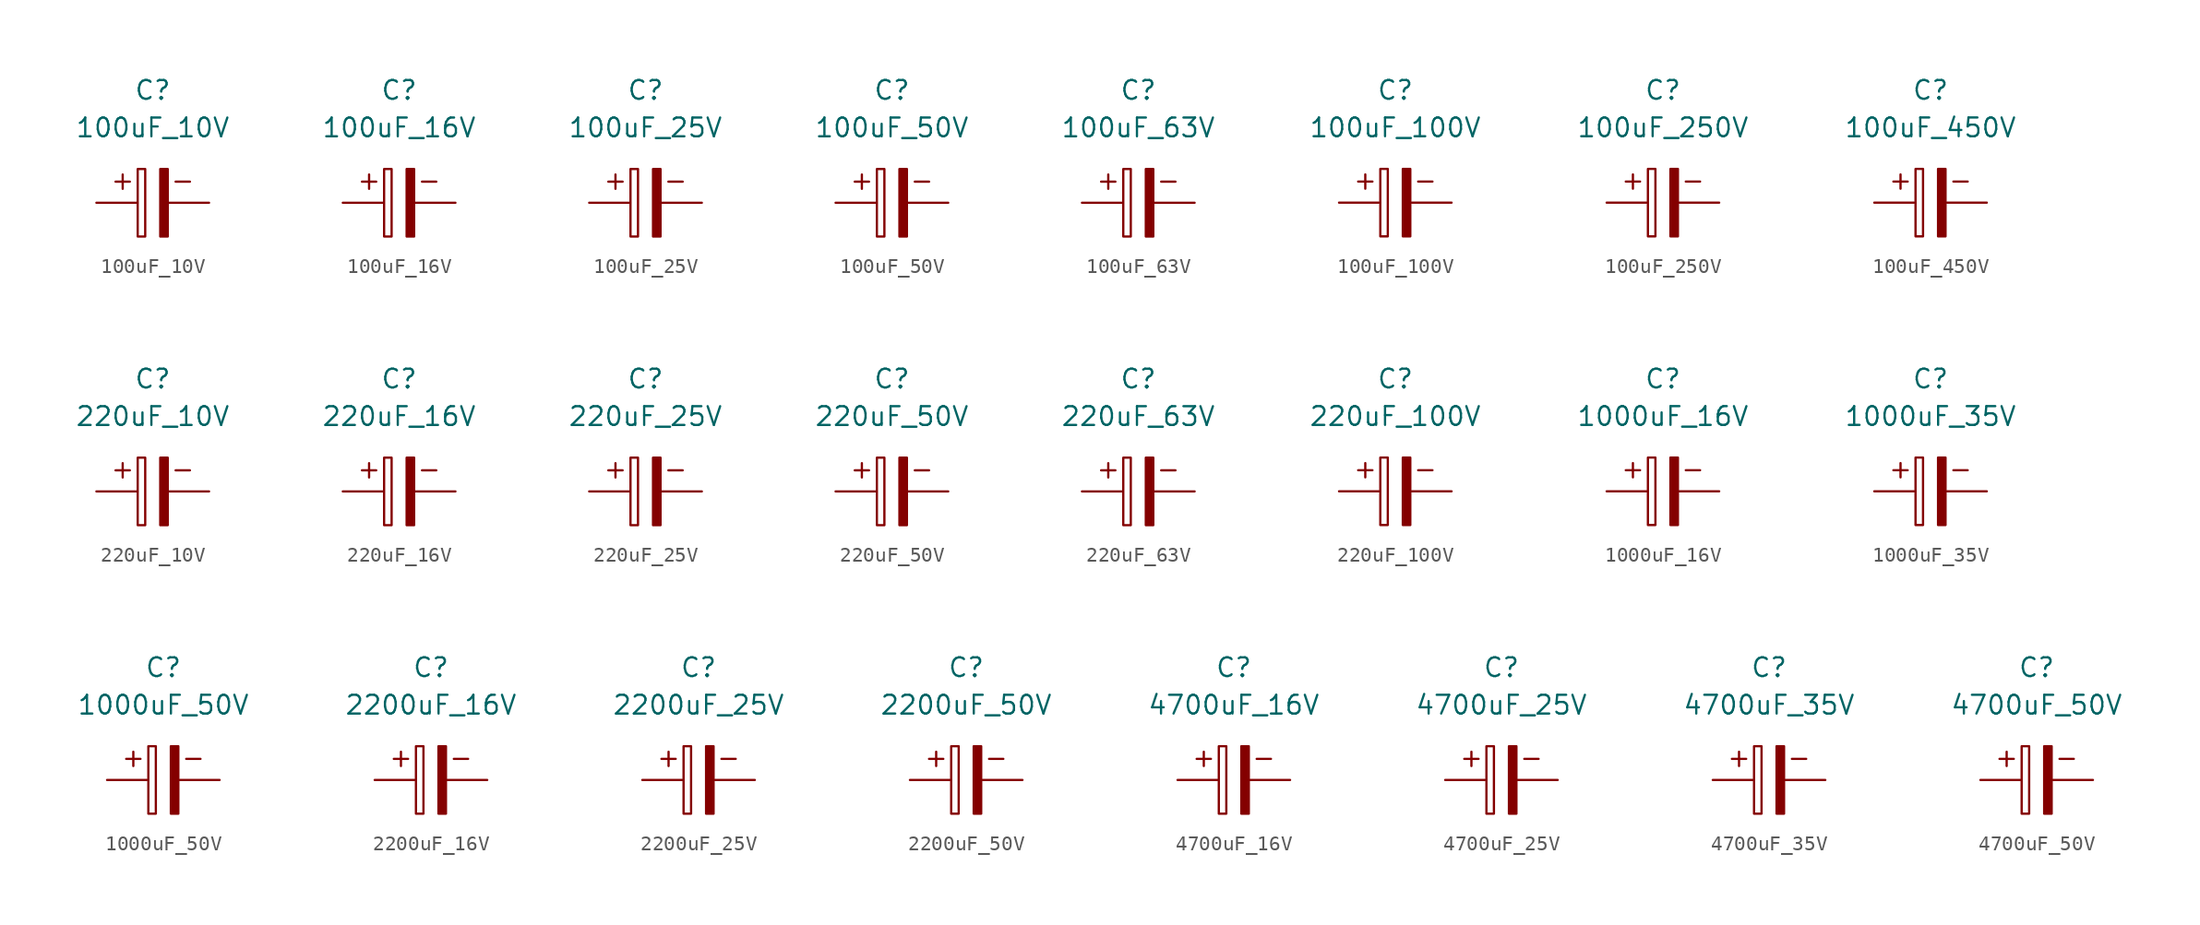
<source format=kicad_sym>
(kicad_symbol_lib
  (version 20211014)
  (generator kicad_symbol_editor)
  (symbol "100uF_10V"
    (property "Reference" "C"
      (at 0 7.62 0)
      (effects (font (size 1.27 1.27))))
    (property "Value" "100uF_10V"
      (at 0 5.08 0)
      (effects (font (size 1.27 1.27))))
    (symbol "100uF_10V_0_0"
      (text "+" (at -2.032 1.524 0) (effects (font (size 1.27 1.27))))
      (text "-" (at 2.032 1.524 0) (effects (font (size 1.27 1.27)))))
    (symbol "100uF_10V_0_1"
      (rectangle (start -1.016 -2.286) (end -0.508 2.286) (stroke (width 0) (type default) (color 0 0 0 0)) (fill (type none)))
      (rectangle (start 0.508 -2.286) (end 1.016 2.286) (stroke (width 0) (type default) (color 0 0 0 0)) (fill (type outline))))
    (symbol "100uF_10V_1_1"
      (pin passive line (at -3.81 0 0) (length 2.7) (name "~" (effects (font (size 0 0)))) (number "1" (effects (font (size 0 0)))))
      (pin input line (at 3.81 0 180) (length 2.7) (name "~" (effects (font (size 0 0)))) (number "2" (effects (font (size 0 0)))))))
  (symbol "100uF_16V"
    (property "Reference" "C"
      (at 0 7.62 0)
      (effects (font (size 1.27 1.27))))
    (property "Value" "100uF_16V"
      (at 0 5.08 0)
      (effects (font (size 1.27 1.27))))
    (symbol "100uF_16V_0_0"
      (text "+" (at -2.032 1.524 0) (effects (font (size 1.27 1.27))))
      (text "-" (at 2.032 1.524 0) (effects (font (size 1.27 1.27)))))
    (symbol "100uF_16V_0_1"
      (rectangle (start -1.016 -2.286) (end -0.508 2.286) (stroke (width 0) (type default) (color 0 0 0 0)) (fill (type none)))
      (rectangle (start 0.508 -2.286) (end 1.016 2.286) (stroke (width 0) (type default) (color 0 0 0 0)) (fill (type outline))))
    (symbol "100uF_16V_1_1"
      (pin passive line (at -3.81 0 0) (length 2.7) (name "~" (effects (font (size 0 0)))) (number "1" (effects (font (size 0 0)))))
      (pin input line (at 3.81 0 180) (length 2.7) (name "~" (effects (font (size 0 0)))) (number "2" (effects (font (size 0 0)))))))
  (symbol "100uF_25V"
    (property "Reference" "C"
      (at 0 7.62 0)
      (effects (font (size 1.27 1.27))))
    (property "Value" "100uF_25V"
      (at 0 5.08 0)
      (effects (font (size 1.27 1.27))))
    (symbol "100uF_25V_0_0"
      (text "+" (at -2.032 1.524 0) (effects (font (size 1.27 1.27))))
      (text "-" (at 2.032 1.524 0) (effects (font (size 1.27 1.27)))))
    (symbol "100uF_25V_0_1"
      (rectangle (start -1.016 -2.286) (end -0.508 2.286) (stroke (width 0) (type default) (color 0 0 0 0)) (fill (type none)))
      (rectangle (start 0.508 -2.286) (end 1.016 2.286) (stroke (width 0) (type default) (color 0 0 0 0)) (fill (type outline))))
    (symbol "100uF_25V_1_1"
      (pin passive line (at -3.81 0 0) (length 2.7) (name "~" (effects (font (size 0 0)))) (number "1" (effects (font (size 0 0)))))
      (pin input line (at 3.81 0 180) (length 2.7) (name "~" (effects (font (size 0 0)))) (number "2" (effects (font (size 0 0)))))))
  (symbol "100uF_50V"
    (property "Reference" "C"
      (at 0 7.62 0)
      (effects (font (size 1.27 1.27))))
    (property "Value" "100uF_50V"
      (at 0 5.08 0)
      (effects (font (size 1.27 1.27))))
    (symbol "100uF_50V_0_0"
      (text "+" (at -2.032 1.524 0) (effects (font (size 1.27 1.27))))
      (text "-" (at 2.032 1.524 0) (effects (font (size 1.27 1.27)))))
    (symbol "100uF_50V_0_1"
      (rectangle (start -1.016 -2.286) (end -0.508 2.286) (stroke (width 0) (type default) (color 0 0 0 0)) (fill (type none)))
      (rectangle (start 0.508 -2.286) (end 1.016 2.286) (stroke (width 0) (type default) (color 0 0 0 0)) (fill (type outline))))
    (symbol "100uF_50V_1_1"
      (pin passive line (at -3.81 0 0) (length 2.7) (name "~" (effects (font (size 0 0)))) (number "1" (effects (font (size 0 0)))))
      (pin input line (at 3.81 0 180) (length 2.7) (name "~" (effects (font (size 0 0)))) (number "2" (effects (font (size 0 0)))))))
  (symbol "100uF_63V"
    (property "Reference" "C"
      (at 0 7.62 0)
      (effects (font (size 1.27 1.27))))
    (property "Value" "100uF_63V"
      (at 0 5.08 0)
      (effects (font (size 1.27 1.27))))
    (symbol "100uF_63V_0_0"
      (text "+" (at -2.032 1.524 0) (effects (font (size 1.27 1.27))))
      (text "-" (at 2.032 1.524 0) (effects (font (size 1.27 1.27)))))
    (symbol "100uF_63V_0_1"
      (rectangle (start -1.016 -2.286) (end -0.508 2.286) (stroke (width 0) (type default) (color 0 0 0 0)) (fill (type none)))
      (rectangle (start 0.508 -2.286) (end 1.016 2.286) (stroke (width 0) (type default) (color 0 0 0 0)) (fill (type outline))))
    (symbol "100uF_63V_1_1"
      (pin passive line (at -3.81 0 0) (length 2.7) (name "~" (effects (font (size 0 0)))) (number "1" (effects (font (size 0 0)))))
      (pin input line (at 3.81 0 180) (length 2.7) (name "~" (effects (font (size 0 0)))) (number "2" (effects (font (size 0 0)))))))
  (symbol "100uF_100V"
    (property "Reference" "C"
      (at 0 7.62 0)
      (effects (font (size 1.27 1.27))))
    (property "Value" "100uF_100V"
      (at 0 5.08 0)
      (effects (font (size 1.27 1.27))))
    (symbol "100uF_100V_0_0"
      (text "+" (at -2.032 1.524 0) (effects (font (size 1.27 1.27))))
      (text "-" (at 2.032 1.524 0) (effects (font (size 1.27 1.27)))))
    (symbol "100uF_100V_0_1"
      (rectangle (start -1.016 -2.286) (end -0.508 2.286) (stroke (width 0) (type default) (color 0 0 0 0)) (fill (type none)))
      (rectangle (start 0.508 -2.286) (end 1.016 2.286) (stroke (width 0) (type default) (color 0 0 0 0)) (fill (type outline))))
    (symbol "100uF_100V_1_1"
      (pin passive line (at -3.81 0 0) (length 2.7) (name "~" (effects (font (size 0 0)))) (number "1" (effects (font (size 0 0)))))
      (pin input line (at 3.81 0 180) (length 2.7) (name "~" (effects (font (size 0 0)))) (number "2" (effects (font (size 0 0)))))))
  (symbol "100uF_250V"
    (property "Reference" "C"
      (at 0 7.62 0)
      (effects (font (size 1.27 1.27))))
    (property "Value" "100uF_250V"
      (at 0 5.08 0)
      (effects (font (size 1.27 1.27))))
    (symbol "100uF_250V_0_0"
      (text "+" (at -2.032 1.524 0) (effects (font (size 1.27 1.27))))
      (text "-" (at 2.032 1.524 0) (effects (font (size 1.27 1.27)))))
    (symbol "100uF_250V_0_1"
      (rectangle (start -1.016 -2.286) (end -0.508 2.286) (stroke (width 0) (type default) (color 0 0 0 0)) (fill (type none)))
      (rectangle (start 0.508 -2.286) (end 1.016 2.286) (stroke (width 0) (type default) (color 0 0 0 0)) (fill (type outline))))
    (symbol "100uF_250V_1_1"
      (pin passive line (at -3.81 0 0) (length 2.7) (name "~" (effects (font (size 0 0)))) (number "1" (effects (font (size 0 0)))))
      (pin input line (at 3.81 0 180) (length 2.7) (name "~" (effects (font (size 0 0)))) (number "2" (effects (font (size 0 0)))))))
  (symbol "100uF_450V"
    (property "Reference" "C"
      (at 0 7.62 0)
      (effects (font (size 1.27 1.27))))
    (property "Value" "100uF_450V"
      (at 0 5.08 0)
      (effects (font (size 1.27 1.27))))
    (symbol "100uF_450V_0_0"
      (text "+" (at -2.032 1.524 0) (effects (font (size 1.27 1.27))))
      (text "-" (at 2.032 1.524 0) (effects (font (size 1.27 1.27)))))
    (symbol "100uF_450V_0_1"
      (rectangle (start -1.016 -2.286) (end -0.508 2.286) (stroke (width 0) (type default) (color 0 0 0 0)) (fill (type none)))
      (rectangle (start 0.508 -2.286) (end 1.016 2.286) (stroke (width 0) (type default) (color 0 0 0 0)) (fill (type outline))))
    (symbol "100uF_450V_1_1"
      (pin passive line (at -3.81 0 0) (length 2.7) (name "~" (effects (font (size 0 0)))) (number "1" (effects (font (size 0 0)))))
      (pin input line (at 3.81 0 180) (length 2.7) (name "~" (effects (font (size 0 0)))) (number "2" (effects (font (size 0 0)))))))
  (symbol "220uF_10V"
    (property "Reference" "C"
      (at 0 7.62 0)
      (effects (font (size 1.27 1.27))))
    (property "Value" "220uF_10V"
      (at 0 5.08 0)
      (effects (font (size 1.27 1.27))))
    (symbol "220uF_10V_0_0"
      (text "+" (at -2.032 1.524 0) (effects (font (size 1.27 1.27))))
      (text "-" (at 2.032 1.524 0) (effects (font (size 1.27 1.27)))))
    (symbol "220uF_10V_0_1"
      (rectangle (start -1.016 -2.286) (end -0.508 2.286) (stroke (width 0) (type default) (color 0 0 0 0)) (fill (type none)))
      (rectangle (start 0.508 -2.286) (end 1.016 2.286) (stroke (width 0) (type default) (color 0 0 0 0)) (fill (type outline))))
    (symbol "220uF_10V_1_1"
      (pin passive line (at -3.81 0 0) (length 2.7) (name "~" (effects (font (size 0 0)))) (number "1" (effects (font (size 0 0)))))
      (pin input line (at 3.81 0 180) (length 2.7) (name "~" (effects (font (size 0 0)))) (number "2" (effects (font (size 0 0)))))))
  (symbol "220uF_16V"
    (property "Reference" "C"
      (at 0 7.62 0)
      (effects (font (size 1.27 1.27))))
    (property "Value" "220uF_16V"
      (at 0 5.08 0)
      (effects (font (size 1.27 1.27))))
    (symbol "220uF_16V_0_0"
      (text "+" (at -2.032 1.524 0) (effects (font (size 1.27 1.27))))
      (text "-" (at 2.032 1.524 0) (effects (font (size 1.27 1.27)))))
    (symbol "220uF_16V_0_1"
      (rectangle (start -1.016 -2.286) (end -0.508 2.286) (stroke (width 0) (type default) (color 0 0 0 0)) (fill (type none)))
      (rectangle (start 0.508 -2.286) (end 1.016 2.286) (stroke (width 0) (type default) (color 0 0 0 0)) (fill (type outline))))
    (symbol "220uF_16V_1_1"
      (pin passive line (at -3.81 0 0) (length 2.7) (name "~" (effects (font (size 0 0)))) (number "1" (effects (font (size 0 0)))))
      (pin input line (at 3.81 0 180) (length 2.7) (name "~" (effects (font (size 0 0)))) (number "2" (effects (font (size 0 0)))))))
  (symbol "220uF_25V"
    (property "Reference" "C"
      (at 0 7.62 0)
      (effects (font (size 1.27 1.27))))
    (property "Value" "220uF_25V"
      (at 0 5.08 0)
      (effects (font (size 1.27 1.27))))
    (symbol "220uF_25V_0_0"
      (text "+" (at -2.032 1.524 0) (effects (font (size 1.27 1.27))))
      (text "-" (at 2.032 1.524 0) (effects (font (size 1.27 1.27)))))
    (symbol "220uF_25V_0_1"
      (rectangle (start -1.016 -2.286) (end -0.508 2.286) (stroke (width 0) (type default) (color 0 0 0 0)) (fill (type none)))
      (rectangle (start 0.508 -2.286) (end 1.016 2.286) (stroke (width 0) (type default) (color 0 0 0 0)) (fill (type outline))))
    (symbol "220uF_25V_1_1"
      (pin passive line (at -3.81 0 0) (length 2.7) (name "~" (effects (font (size 0 0)))) (number "1" (effects (font (size 0 0)))))
      (pin input line (at 3.81 0 180) (length 2.7) (name "~" (effects (font (size 0 0)))) (number "2" (effects (font (size 0 0)))))))
  (symbol "220uF_50V"
    (property "Reference" "C"
      (at 0 7.62 0)
      (effects (font (size 1.27 1.27))))
    (property "Value" "220uF_50V"
      (at 0 5.08 0)
      (effects (font (size 1.27 1.27))))
    (symbol "220uF_50V_0_0"
      (text "+" (at -2.032 1.524 0) (effects (font (size 1.27 1.27))))
      (text "-" (at 2.032 1.524 0) (effects (font (size 1.27 1.27)))))
    (symbol "220uF_50V_0_1"
      (rectangle (start -1.016 -2.286) (end -0.508 2.286) (stroke (width 0) (type default) (color 0 0 0 0)) (fill (type none)))
      (rectangle (start 0.508 -2.286) (end 1.016 2.286) (stroke (width 0) (type default) (color 0 0 0 0)) (fill (type outline))))
    (symbol "220uF_50V_1_1"
      (pin passive line (at -3.81 0 0) (length 2.7) (name "~" (effects (font (size 0 0)))) (number "1" (effects (font (size 0 0)))))
      (pin input line (at 3.81 0 180) (length 2.7) (name "~" (effects (font (size 0 0)))) (number "2" (effects (font (size 0 0)))))))
  (symbol "220uF_63V"
    (property "Reference" "C"
      (at 0 7.62 0)
      (effects (font (size 1.27 1.27))))
    (property "Value" "220uF_63V"
      (at 0 5.08 0)
      (effects (font (size 1.27 1.27))))
    (symbol "220uF_63V_0_0"
      (text "+" (at -2.032 1.524 0) (effects (font (size 1.27 1.27))))
      (text "-" (at 2.032 1.524 0) (effects (font (size 1.27 1.27)))))
    (symbol "220uF_63V_0_1"
      (rectangle (start -1.016 -2.286) (end -0.508 2.286) (stroke (width 0) (type default) (color 0 0 0 0)) (fill (type none)))
      (rectangle (start 0.508 -2.286) (end 1.016 2.286) (stroke (width 0) (type default) (color 0 0 0 0)) (fill (type outline))))
    (symbol "220uF_63V_1_1"
      (pin passive line (at -3.81 0 0) (length 2.7) (name "~" (effects (font (size 0 0)))) (number "1" (effects (font (size 0 0)))))
      (pin input line (at 3.81 0 180) (length 2.7) (name "~" (effects (font (size 0 0)))) (number "2" (effects (font (size 0 0)))))))
  (symbol "220uF_100V"
    (property "Reference" "C"
      (at 0 7.62 0)
      (effects (font (size 1.27 1.27))))
    (property "Value" "220uF_100V"
      (at 0 5.08 0)
      (effects (font (size 1.27 1.27))))
    (symbol "220uF_100V_0_0"
      (text "+" (at -2.032 1.524 0) (effects (font (size 1.27 1.27))))
      (text "-" (at 2.032 1.524 0) (effects (font (size 1.27 1.27)))))
    (symbol "220uF_100V_0_1"
      (rectangle (start -1.016 -2.286) (end -0.508 2.286) (stroke (width 0) (type default) (color 0 0 0 0)) (fill (type none)))
      (rectangle (start 0.508 -2.286) (end 1.016 2.286) (stroke (width 0) (type default) (color 0 0 0 0)) (fill (type outline))))
    (symbol "220uF_100V_1_1"
      (pin passive line (at -3.81 0 0) (length 2.7) (name "~" (effects (font (size 0 0)))) (number "1" (effects (font (size 0 0)))))
      (pin input line (at 3.81 0 180) (length 2.7) (name "~" (effects (font (size 0 0)))) (number "2" (effects (font (size 0 0)))))))
  (symbol "1000uF_16V"
    (property "Reference" "C"
      (at 0 7.62 0)
      (effects (font (size 1.27 1.27))))
    (property "Value" "1000uF_16V"
      (at 0 5.08 0)
      (effects (font (size 1.27 1.27))))
    (symbol "1000uF_16V_0_0"
      (text "+" (at -2.032 1.524 0) (effects (font (size 1.27 1.27))))
      (text "-" (at 2.032 1.524 0) (effects (font (size 1.27 1.27)))))
    (symbol "1000uF_16V_0_1"
      (rectangle (start -1.016 -2.286) (end -0.508 2.286) (stroke (width 0) (type default) (color 0 0 0 0)) (fill (type none)))
      (rectangle (start 0.508 -2.286) (end 1.016 2.286) (stroke (width 0) (type default) (color 0 0 0 0)) (fill (type outline))))
    (symbol "1000uF_16V_1_1"
      (pin passive line (at -3.81 0 0) (length 2.7) (name "~" (effects (font (size 0 0)))) (number "1" (effects (font (size 0 0)))))
      (pin input line (at 3.81 0 180) (length 2.7) (name "~" (effects (font (size 0 0)))) (number "2" (effects (font (size 0 0)))))))
  (symbol "1000uF_35V"
    (property "Reference" "C"
      (at 0 7.62 0)
      (effects (font (size 1.27 1.27))))
    (property "Value" "1000uF_35V"
      (at 0 5.08 0)
      (effects (font (size 1.27 1.27))))
    (symbol "1000uF_35V_0_0"
      (text "+" (at -2.032 1.524 0) (effects (font (size 1.27 1.27))))
      (text "-" (at 2.032 1.524 0) (effects (font (size 1.27 1.27)))))
    (symbol "1000uF_35V_0_1"
      (rectangle (start -1.016 -2.286) (end -0.508 2.286) (stroke (width 0) (type default) (color 0 0 0 0)) (fill (type none)))
      (rectangle (start 0.508 -2.286) (end 1.016 2.286) (stroke (width 0) (type default) (color 0 0 0 0)) (fill (type outline))))
    (symbol "1000uF_35V_1_1"
      (pin passive line (at -3.81 0 0) (length 2.7) (name "~" (effects (font (size 0 0)))) (number "1" (effects (font (size 0 0)))))
      (pin input line (at 3.81 0 180) (length 2.7) (name "~" (effects (font (size 0 0)))) (number "2" (effects (font (size 0 0)))))))
  (symbol "1000uF_50V"
    (property "Reference" "C"
      (at 0 7.62 0)
      (effects (font (size 1.27 1.27))))
    (property "Value" "1000uF_50V"
      (at 0 5.08 0)
      (effects (font (size 1.27 1.27))))
    (symbol "1000uF_50V_0_0"
      (text "+" (at -2.032 1.524 0) (effects (font (size 1.27 1.27))))
      (text "-" (at 2.032 1.524 0) (effects (font (size 1.27 1.27)))))
    (symbol "1000uF_50V_0_1"
      (rectangle (start -1.016 -2.286) (end -0.508 2.286) (stroke (width 0) (type default) (color 0 0 0 0)) (fill (type none)))
      (rectangle (start 0.508 -2.286) (end 1.016 2.286) (stroke (width 0) (type default) (color 0 0 0 0)) (fill (type outline))))
    (symbol "1000uF_50V_1_1"
      (pin passive line (at -3.81 0 0) (length 2.7) (name "~" (effects (font (size 0 0)))) (number "1" (effects (font (size 0 0)))))
      (pin input line (at 3.81 0 180) (length 2.7) (name "~" (effects (font (size 0 0)))) (number "2" (effects (font (size 0 0)))))))
  (symbol "2200uF_16V"
    (property "Reference" "C"
      (at 0 7.62 0)
      (effects (font (size 1.27 1.27))))
    (property "Value" "2200uF_16V"
      (at 0 5.08 0)
      (effects (font (size 1.27 1.27))))
    (symbol "2200uF_16V_0_0"
      (text "+" (at -2.032 1.524 0) (effects (font (size 1.27 1.27))))
      (text "-" (at 2.032 1.524 0) (effects (font (size 1.27 1.27)))))
    (symbol "2200uF_16V_0_1"
      (rectangle (start -1.016 -2.286) (end -0.508 2.286) (stroke (width 0) (type default) (color 0 0 0 0)) (fill (type none)))
      (rectangle (start 0.508 -2.286) (end 1.016 2.286) (stroke (width 0) (type default) (color 0 0 0 0)) (fill (type outline))))
    (symbol "2200uF_16V_1_1"
      (pin passive line (at -3.81 0 0) (length 2.7) (name "~" (effects (font (size 0 0)))) (number "1" (effects (font (size 0 0)))))
      (pin input line (at 3.81 0 180) (length 2.7) (name "~" (effects (font (size 0 0)))) (number "2" (effects (font (size 0 0)))))))
  (symbol "2200uF_25V"
    (property "Reference" "C"
      (at 0 7.62 0)
      (effects (font (size 1.27 1.27))))
    (property "Value" "2200uF_25V"
      (at 0 5.08 0)
      (effects (font (size 1.27 1.27))))
    (symbol "2200uF_25V_0_0"
      (text "+" (at -2.032 1.524 0) (effects (font (size 1.27 1.27))))
      (text "-" (at 2.032 1.524 0) (effects (font (size 1.27 1.27)))))
    (symbol "2200uF_25V_0_1"
      (rectangle (start -1.016 -2.286) (end -0.508 2.286) (stroke (width 0) (type default) (color 0 0 0 0)) (fill (type none)))
      (rectangle (start 0.508 -2.286) (end 1.016 2.286) (stroke (width 0) (type default) (color 0 0 0 0)) (fill (type outline))))
    (symbol "2200uF_25V_1_1"
      (pin passive line (at -3.81 0 0) (length 2.7) (name "~" (effects (font (size 0 0)))) (number "1" (effects (font (size 0 0)))))
      (pin input line (at 3.81 0 180) (length 2.7) (name "~" (effects (font (size 0 0)))) (number "2" (effects (font (size 0 0)))))))
  (symbol "2200uF_50V"
    (property "Reference" "C"
      (at 0 7.62 0)
      (effects (font (size 1.27 1.27))))
    (property "Value" "2200uF_50V"
      (at 0 5.08 0)
      (effects (font (size 1.27 1.27))))
    (symbol "2200uF_50V_0_0"
      (text "+" (at -2.032 1.524 0) (effects (font (size 1.27 1.27))))
      (text "-" (at 2.032 1.524 0) (effects (font (size 1.27 1.27)))))
    (symbol "2200uF_50V_0_1"
      (rectangle (start -1.016 -2.286) (end -0.508 2.286) (stroke (width 0) (type default) (color 0 0 0 0)) (fill (type none)))
      (rectangle (start 0.508 -2.286) (end 1.016 2.286) (stroke (width 0) (type default) (color 0 0 0 0)) (fill (type outline))))
    (symbol "2200uF_50V_1_1"
      (pin passive line (at -3.81 0 0) (length 2.7) (name "~" (effects (font (size 0 0)))) (number "1" (effects (font (size 0 0)))))
      (pin input line (at 3.81 0 180) (length 2.7) (name "~" (effects (font (size 0 0)))) (number "2" (effects (font (size 0 0)))))))
  (symbol "4700uF_16V"
    (property "Reference" "C"
      (at 0 7.62 0)
      (effects (font (size 1.27 1.27))))
    (property "Value" "4700uF_16V"
      (at 0 5.08 0)
      (effects (font (size 1.27 1.27))))
    (symbol "4700uF_16V_0_0"
      (text "+" (at -2.032 1.524 0) (effects (font (size 1.27 1.27))))
      (text "-" (at 2.032 1.524 0) (effects (font (size 1.27 1.27)))))
    (symbol "4700uF_16V_0_1"
      (rectangle (start -1.016 -2.286) (end -0.508 2.286) (stroke (width 0) (type default) (color 0 0 0 0)) (fill (type none)))
      (rectangle (start 0.508 -2.286) (end 1.016 2.286) (stroke (width 0) (type default) (color 0 0 0 0)) (fill (type outline))))
    (symbol "4700uF_16V_1_1"
      (pin passive line (at -3.81 0 0) (length 2.7) (name "~" (effects (font (size 0 0)))) (number "1" (effects (font (size 0 0)))))
      (pin input line (at 3.81 0 180) (length 2.7) (name "~" (effects (font (size 0 0)))) (number "2" (effects (font (size 0 0)))))))
  (symbol "4700uF_25V"
    (property "Reference" "C"
      (at 0 7.62 0)
      (effects (font (size 1.27 1.27))))
    (property "Value" "4700uF_25V"
      (at 0 5.08 0)
      (effects (font (size 1.27 1.27))))
    (symbol "4700uF_25V_0_0"
      (text "+" (at -2.032 1.524 0) (effects (font (size 1.27 1.27))))
      (text "-" (at 2.032 1.524 0) (effects (font (size 1.27 1.27)))))
    (symbol "4700uF_25V_0_1"
      (rectangle (start -1.016 -2.286) (end -0.508 2.286) (stroke (width 0) (type default) (color 0 0 0 0)) (fill (type none)))
      (rectangle (start 0.508 -2.286) (end 1.016 2.286) (stroke (width 0) (type default) (color 0 0 0 0)) (fill (type outline))))
    (symbol "4700uF_25V_1_1"
      (pin passive line (at -3.81 0 0) (length 2.7) (name "~" (effects (font (size 0 0)))) (number "1" (effects (font (size 0 0)))))
      (pin input line (at 3.81 0 180) (length 2.7) (name "~" (effects (font (size 0 0)))) (number "2" (effects (font (size 0 0)))))))
  (symbol "4700uF_35V"
    (property "Reference" "C"
      (at 0 7.62 0)
      (effects (font (size 1.27 1.27))))
    (property "Value" "4700uF_35V"
      (at 0 5.08 0)
      (effects (font (size 1.27 1.27))))
    (symbol "4700uF_35V_0_0"
      (text "+" (at -2.032 1.524 0) (effects (font (size 1.27 1.27))))
      (text "-" (at 2.032 1.524 0) (effects (font (size 1.27 1.27)))))
    (symbol "4700uF_35V_0_1"
      (rectangle (start -1.016 -2.286) (end -0.508 2.286) (stroke (width 0) (type default) (color 0 0 0 0)) (fill (type none)))
      (rectangle (start 0.508 -2.286) (end 1.016 2.286) (stroke (width 0) (type default) (color 0 0 0 0)) (fill (type outline))))
    (symbol "4700uF_35V_1_1"
      (pin passive line (at -3.81 0 0) (length 2.7) (name "~" (effects (font (size 0 0)))) (number "1" (effects (font (size 0 0)))))
      (pin input line (at 3.81 0 180) (length 2.7) (name "~" (effects (font (size 0 0)))) (number "2" (effects (font (size 0 0)))))))
  (symbol "4700uF_50V"
    (property "Reference" "C"
      (at 0 7.62 0)
      (effects (font (size 1.27 1.27))))
    (property "Value" "4700uF_50V"
      (at 0 5.08 0)
      (effects (font (size 1.27 1.27))))
    (symbol "4700uF_50V_0_0"
      (text "+" (at -2.032 1.524 0) (effects (font (size 1.27 1.27))))
      (text "-" (at 2.032 1.524 0) (effects (font (size 1.27 1.27)))))
    (symbol "4700uF_50V_0_1"
      (rectangle (start -1.016 -2.286) (end -0.508 2.286) (stroke (width 0) (type default) (color 0 0 0 0)) (fill (type none)))
      (rectangle (start 0.508 -2.286) (end 1.016 2.286) (stroke (width 0) (type default) (color 0 0 0 0)) (fill (type outline))))
    (symbol "4700uF_50V_1_1"
      (pin passive line (at -3.81 0 0) (length 2.7) (name "~" (effects (font (size 0 0)))) (number "1" (effects (font (size 0 0)))))
      (pin input line (at 3.81 0 180) (length 2.7) (name "~" (effects (font (size 0 0)))) (number "2" (effects (font (size 0 0))))))))
</source>
